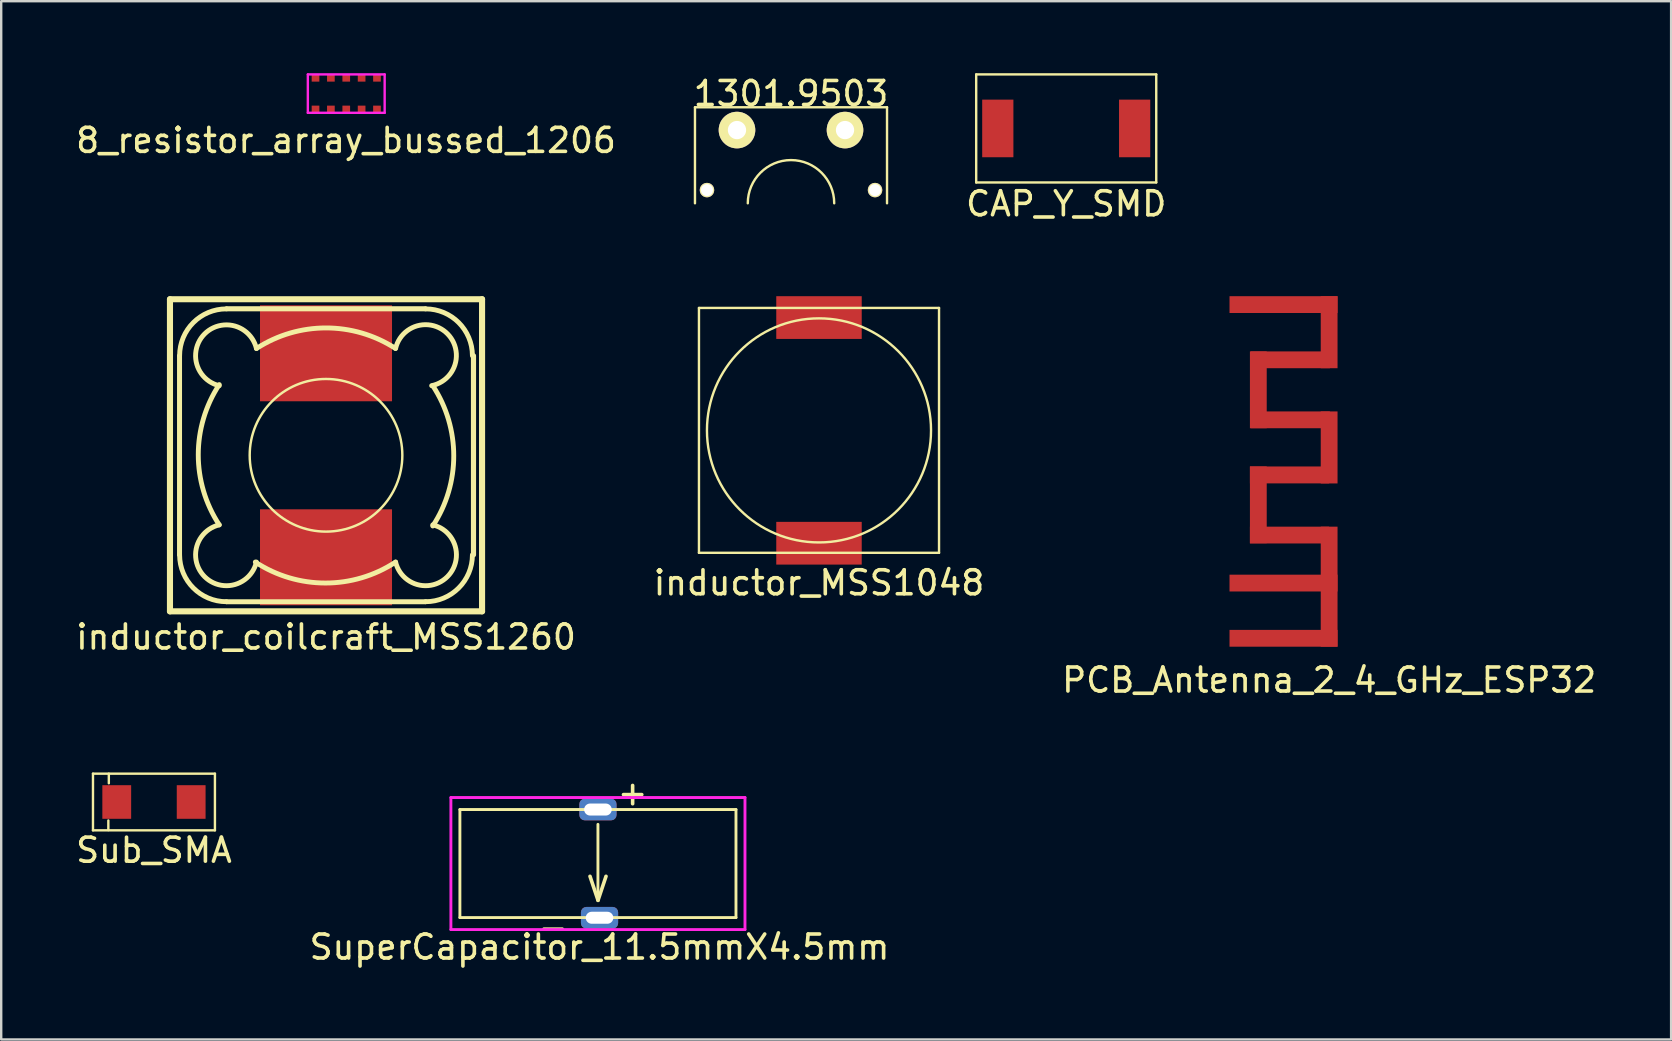
<source format=kicad_pcb>
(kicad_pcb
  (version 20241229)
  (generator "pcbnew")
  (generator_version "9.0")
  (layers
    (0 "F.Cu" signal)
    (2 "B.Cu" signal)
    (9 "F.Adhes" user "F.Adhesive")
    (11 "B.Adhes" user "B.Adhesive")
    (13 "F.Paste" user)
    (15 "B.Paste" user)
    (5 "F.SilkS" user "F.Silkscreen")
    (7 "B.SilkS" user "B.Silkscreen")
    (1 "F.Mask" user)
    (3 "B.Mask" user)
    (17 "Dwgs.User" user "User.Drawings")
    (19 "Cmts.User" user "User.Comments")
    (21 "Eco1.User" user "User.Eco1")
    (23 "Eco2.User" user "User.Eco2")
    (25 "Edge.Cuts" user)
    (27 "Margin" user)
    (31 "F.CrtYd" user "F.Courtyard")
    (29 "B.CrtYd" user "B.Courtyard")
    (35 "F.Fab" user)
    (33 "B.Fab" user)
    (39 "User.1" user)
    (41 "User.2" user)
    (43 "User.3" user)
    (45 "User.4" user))
  (footprint "SuperCapacitor_11.5mmX4.5mm"
    (layer "F.Cu")
    (at 21.857 32.921)
    (property "Reference" "SuperCapacitor_11.5mmX4.5mm" (at 0.066 3.48 0) (layer "F.SilkS") (effects (font (size 1 1) (thickness 0.15))))
    (attr through_hole)
    (fp_line (start -5.75 -2.25) (end 5.75 -2.25) (stroke (width 0.12) (type solid)) (layer "F.SilkS"))
    (fp_line (start -5.75 2.25) (end -5.75 -2.25) (stroke (width 0.12) (type solid)) (layer "F.SilkS"))
    (fp_line (start 0 1.5) (end 0 -1.633) (stroke (width 0.12) (type solid)) (layer "F.SilkS"))
    (fp_line (start 5.75 -2.25) (end 5.75 2.25) (stroke (width 0.12) (type solid)) (layer "F.SilkS"))
    (fp_line (start 5.75 2.25) (end -5.75 2.25) (stroke (width 0.12) (type solid)) (layer "F.SilkS"))
    (fp_line (start -6.125 -2.75) (end 6.125 -2.75) (stroke (width 0.12) (type solid)) (layer "F.CrtYd"))
    (fp_line (start -6.125 2.75) (end -6.125 -2.75) (stroke (width 0.12) (type solid)) (layer "F.CrtYd"))
    (fp_line (start 6.125 -2.75) (end 6.125 2.75) (stroke (width 0.12) (type solid)) (layer "F.CrtYd"))
    (fp_line (start 6.125 2.75) (end -6.125 2.75) (stroke (width 0.12) (type solid)) (layer "F.CrtYd"))
    (fp_text user "+" (at 1.445 -2.946 0) (layer "F.SilkS") (effects (font (size 1 1) (thickness 0.15))))
    (fp_text user "-" (at -1.867 2.657 0) (layer "F.SilkS") (effects (font (size 1 1) (thickness 0.15))))
    (fp_text user "V" (at 0.003 1.077 0) (layer "F.SilkS") (effects (font (size 1 1) (thickness 0.15))))
    (pad "1" thru_hole roundrect (at 0 -2.25) (size 1.55 0.9) (drill oval 1.15 0.5) (layers "*.Cu" "*.Mask") (roundrect_rratio 0.25))
    (pad "2" thru_hole roundrect (at 0.066 2.258) (size 1.55 0.9) (drill oval 1.15 0.5) (layers "*.Cu" "*.Mask") (roundrect_rratio 0.25)))
  (footprint "CAP_Y_SMD"
    (layer "F.Cu")
    (at 41.363 2.3)
    (property "Reference" "CAP_Y_SMD" (at 0 3.14 0) (layer "F.SilkS") (effects (font (size 1 1) (thickness 0.15))))
    (attr through_hole)
    (fp_line (start -3.75 -2.25) (end 3.75 -2.25) (stroke (width 0.1) (type solid)) (layer "F.SilkS"))
    (fp_line (start -3.75 2.25) (end -3.75 -2.25) (stroke (width 0.1) (type solid)) (layer "F.SilkS"))
    (fp_line (start 3.75 -2.25) (end 3.75 2.25) (stroke (width 0.1) (type solid)) (layer "F.SilkS"))
    (fp_line (start 3.75 2.25) (end -3.75 2.25) (stroke (width 0.1) (type solid)) (layer "F.SilkS"))
    (pad "1" smd rect (at -2.85 0) (size 1.3 2.4) (layers "F.Cu" "F.Mask" "F.Paste"))
    (pad "4" smd rect (at 2.85 0) (size 1.3 2.4) (layers "F.Cu" "F.Mask" "F.Paste")))
  (footprint "Sub_SMA"
    (layer "F.Cu")
    (at 3.363 30.357)
    (property "Reference" "Sub_SMA" (at 0 2.01 0) (layer "F.SilkS") (effects (font (size 1 1) (thickness 0.15))))
    (attr through_hole)
    (fp_line (start -2.54 -1.18) (end 2.54 -1.18) (stroke (width 0.1) (type solid)) (layer "F.SilkS"))
    (fp_line (start -2.54 1.18) (end -2.54 -1.18) (stroke (width 0.1) (type solid)) (layer "F.SilkS"))
    (fp_line (start -1.9 0.77) (end -1.9 1.17) (stroke (width 0.1) (type solid)) (layer "F.SilkS"))
    (fp_line (start -1.88 -1.18) (end -1.88 -0.78) (stroke (width 0.1) (type solid)) (layer "F.SilkS"))
    (fp_line (start 2.54 -1.18) (end 2.54 1.18) (stroke (width 0.1) (type solid)) (layer "F.SilkS"))
    (fp_line (start 2.54 1.18) (end -2.54 1.18) (stroke (width 0.1) (type solid)) (layer "F.SilkS"))
    (pad "1" smd rect (at -1.55 0) (size 1.2 1.4) (layers "F.Cu" "F.Mask" "F.Paste"))
    (pad "2" smd rect (at 1.55 0) (size 1.2 1.4) (layers "F.Cu" "F.Mask" "F.Paste")))
  (footprint "inductor_coilcraft_MSS1260"
    (layer "F.Cu")
    (at 10.53 15.915)
    (property "Reference" "inductor_coilcraft_MSS1260" (at 0 7.57 0) (layer "F.SilkS") (effects (font (size 1 1) (thickness 0.15))))
    (attr smd)
    (fp_line (start -6.5 -6.5) (end 6.5 -6.5) (stroke (width 0.254) (type solid)) (layer "F.SilkS"))
    (fp_line (start -6.5 6.5) (end -6.5 -6.5) (stroke (width 0.254) (type solid)) (layer "F.SilkS"))
    (fp_line (start -6.149 4.148) (end -6.149 -4.148) (stroke (width 0.1) (type solid)) (layer "F.SilkS"))
    (fp_line (start -6.099 4.148) (end -6.099 -4.148) (stroke (width 0.203) (type solid)) (layer "F.SilkS"))
    (fp_line (start -4.148 -6.149) (end 4.148 -6.149) (stroke (width 0.1) (type solid)) (layer "F.SilkS"))
    (fp_line (start -4.148 -6.099) (end 4.148 -6.099) (stroke (width 0.203) (type solid)) (layer "F.SilkS"))
    (fp_line (start 4.148 6.099) (end -4.148 6.099) (stroke (width 0.203) (type solid)) (layer "F.SilkS"))
    (fp_line (start 4.148 6.149) (end -4.148 6.149) (stroke (width 0.1) (type solid)) (layer "F.SilkS"))
    (fp_line (start 6.099 -4.148) (end 6.099 4.148) (stroke (width 0.127) (type solid)) (layer "F.SilkS"))
    (fp_line (start 6.149 -4.148) (end 6.149 4.148) (stroke (width 0.203) (type solid)) (layer "F.SilkS"))
    (fp_line (start 6.5 -6.5) (end 6.5 6.5) (stroke (width 0.254) (type solid)) (layer "F.SilkS"))
    (fp_line (start 6.5 6.5) (end -6.5 6.5) (stroke (width 0.254) (type solid)) (layer "F.SilkS"))
    (fp_arc (start -6.09854 -4.14782) (mid -5.527187 -5.527187) (end -4.14782 -6.09854) (stroke (width 0.2032) (type solid)) (layer "F.SilkS"))
    (fp_arc (start -4.44754 -2.89814) (mid -5.056744 -5.056329) (end -2.898277 -4.44811) (stroke (width 0.2032) (type solid)) (layer "F.SilkS"))
    (fp_arc (start -4.44754 2.89814) (mid -5.320982 -0.023268) (end -4.447092 -2.944541) (stroke (width 0.2032) (type solid)) (layer "F.SilkS"))
    (fp_arc (start -4.14782 6.09854) (mid -5.527187 5.527187) (end -6.09854 4.14782) (stroke (width 0.2032) (type solid)) (layer "F.SilkS"))
    (fp_arc (start -2.89814 -4.44754) (mid -0.005129 -5.304772) (end 2.889527 -4.453112) (stroke (width 0.2032) (type solid)) (layer "F.SilkS"))
    (fp_arc (start -2.89814 4.44754) (mid -5.056329 5.056744) (end -4.44811 2.898277) (stroke (width 0.2032) (type solid)) (layer "F.SilkS"))
    (fp_arc (start 2.89814 -4.44754) (mid 5.068176 -5.051562) (end 4.400371 -2.900298) (stroke (width 0.2032) (type solid)) (layer "F.SilkS"))
    (fp_arc (start 2.89814 4.44754) (mid -0.023268 5.320982) (end -2.944541 4.447092) (stroke (width 0.2032) (type solid)) (layer "F.SilkS"))
    (fp_arc (start 4.14782 -6.09854) (mid 5.527187 -5.527187) (end 6.09854 -4.14782) (stroke (width 0.2032) (type solid)) (layer "F.SilkS"))
    (fp_arc (start 4.44754 -2.89814) (mid 5.320982 0.023268) (end 4.447092 2.944541) (stroke (width 0.2032) (type solid)) (layer "F.SilkS"))
    (fp_arc (start 4.44754 2.89814) (mid 5.056744 5.056329) (end 2.898277 4.44811) (stroke (width 0.2032) (type solid)) (layer "F.SilkS"))
    (fp_arc (start 6.09854 4.14782) (mid 5.527187 5.527187) (end 4.14782 6.09854) (stroke (width 0.2032) (type solid)) (layer "F.SilkS"))
    (fp_circle (center 0 0) (end -2.248 2.248) (stroke (width 0.102) (type solid)) (fill no) (layer "F.SilkS"))
    (pad "1" smd rect (at 0 -4.249) (size 5.499 3.998) (layers "F.Cu" "F.Mask" "F.Paste"))
    (pad "2" smd rect (at 0 4.249) (size 5.499 3.998) (layers "F.Cu" "F.Mask" "F.Paste")))
  (footprint "PCB_Antenna_2_4_GHz_ESP32"
    (layer "F.Cu")
    (at 52.315 16.538)
    (property "Reference" "PCB_Antenna_2_4_GHz_ESP32" (at 0 8.74 0) (layer "F.SilkS") (effects (font (size 1 1) (thickness 0.15))))
    (attr through_hole)
    (pad "1" smd rect (at -2.95 -3.35) (size 0.7 3.2) (layers "F.Cu" "F.Paste"))
    (pad "1" smd rect (at -2.95 1.44) (size 0.7 3.2) (layers "F.Cu" "F.Paste"))
    (pad "1" smd rect (at -1.9 -6.9) (size 4.5 0.7) (layers "F.Cu" "F.Paste"))
    (pad "1" smd rect (at -1.9 4.7) (size 4.5 0.7) (layers "F.Cu" "F.Paste"))
    (pad "1" smd rect (at -1.65 0.195) (size 3.3 0.705) (layers "F.Cu" "F.Paste"))
    (pad "1" smd rect (at -1.65 2.7) (size 3.3 0.7) (layers "F.Cu" "F.Paste"))
    (pad "1" smd rect (at -1.62 -4.6) (size 3.3 0.7) (layers "F.Cu" "F.Paste"))
    (pad "1" smd rect (at -1.62 -2.1) (size 3.3 0.7) (layers "F.Cu" "F.Paste"))
    (pad "1" smd rect (at 0 -5.75) (size 0.7 3) (layers "F.Cu" "F.Paste"))
    (pad "1" smd rect (at 0 -0.95) (size 0.7 3) (layers "F.Cu" "F.Paste"))
    (pad "1" smd rect (at 0 4.85) (size 0.7 5) (layers "F.Cu" "F.Paste"))
    (pad "2" smd rect (at -1.9 7) (size 4.5 0.7) (layers "F.Cu" "F.Paste")))
  (footprint "inductor_MSS1048"
    (layer "F.Cu")
    (at 31.065 14.878)
    (property "Reference" "inductor_MSS1048" (at 0 6.35 0) (layer "F.SilkS") (effects (font (size 1 1) (thickness 0.15))))
    (attr through_hole)
    (fp_line (start -5 -5.1) (end 5 -5.1) (stroke (width 0.1) (type solid)) (layer "F.SilkS"))
    (fp_line (start -5 5.1) (end -5 -5.1) (stroke (width 0.1) (type solid)) (layer "F.SilkS"))
    (fp_line (start 5 -5.1) (end 5 5.1) (stroke (width 0.1) (type solid)) (layer "F.SilkS"))
    (fp_line (start 5 5.1) (end -5 5.1) (stroke (width 0.1) (type solid)) (layer "F.SilkS"))
    (fp_circle (center 0 0) (end 3.3 -3.3) (stroke (width 0.1) (type solid)) (fill no) (layer "F.SilkS"))
    (pad "1" smd rect (at 0 -4.7) (size 3.56 1.78) (layers "F.Cu" "F.Mask" "F.Paste"))
    (pad "2" smd rect (at 0 4.7) (size 3.56 1.78) (layers "F.Cu" "F.Mask" "F.Paste")))
  (footprint "1301.9503"
    (layer "F.Cu")
    (at 29.899 3.618)
    (property "Reference" "1301.9503" (at 0 -2.77 0) (layer "F.SilkS") (effects (font (size 1 1) (thickness 0.15))))
    (attr through_hole)
    (fp_line (start -4 -2.2) (end 4 -2.2) (stroke (width 0.1) (type solid)) (layer "F.SilkS"))
    (fp_line (start -4 1.8) (end -4 -2.2) (stroke (width 0.1) (type solid)) (layer "F.SilkS"))
    (fp_line (start 4 -2.2) (end 4 1.8) (stroke (width 0.1) (type solid)) (layer "F.SilkS"))
    (fp_arc (start -1.8 1.8) (mid 0 0) (end 1.8 1.8) (stroke (width 0.1) (type solid)) (layer "F.SilkS"))
    (pad "1" thru_hole circle (at -2.25 -1.25) (size 1.524 1.524) (drill 0.762) (layers "*.Cu" "*.Mask" "F.SilkS"))
    (pad "2" thru_hole circle (at 2.25 -1.25) (size 1.524 1.524) (drill 0.762) (layers "*.Cu" "*.Mask" "F.SilkS"))
    (pad "3" thru_hole circle (at -3.5 1.25) (size 0.6 0.6) (drill 0.5) (layers "*.Cu" "*.Mask" "F.SilkS"))
    (pad "4" thru_hole circle (at 3.5 1.25) (size 0.6 0.6) (drill 0.5) (layers "*.Cu" "*.Mask" "F.SilkS")))
  (footprint "8_resistor_array_bussed_1206"
    (layer "F.Cu")
    (at 11.373 0.85)
    (property "Reference" "8_resistor_array_bussed_1206" (at -0.01 1.95 0) (layer "F.SilkS") (effects (font (size 1 1) (thickness 0.15))))
    (attr through_hole)
    (fp_line (start -1.6 -0.8) (end 1.6 -0.8) (stroke (width 0.1) (type solid)) (layer "F.CrtYd"))
    (fp_line (start -1.6 0.8) (end -1.6 -0.8) (stroke (width 0.1) (type solid)) (layer "F.CrtYd"))
    (fp_line (start 1.6 -0.8) (end 1.6 0.8) (stroke (width 0.1) (type solid)) (layer "F.CrtYd"))
    (fp_line (start 1.6 0.8) (end -1.6 0.8) (stroke (width 0.1) (type solid)) (layer "F.CrtYd"))
    (pad "1" smd rect (at -1.28 -0.65) (size 0.32 0.3) (layers "F.Cu" "F.Mask" "F.Paste"))
    (pad "1" smd rect (at 1.28 0.65) (size 0.32 0.3) (layers "F.Cu" "F.Mask" "F.Paste"))
    (pad "2" smd rect (at -0.64 -0.65) (size 0.32 0.3) (layers "F.Cu" "F.Mask" "F.Paste"))
    (pad "3" smd rect (at 0 -0.65) (size 0.32 0.3) (layers "F.Cu" "F.Mask" "F.Paste"))
    (pad "4" smd rect (at 0.64 -0.65) (size 0.32 0.3) (layers "F.Cu" "F.Mask" "F.Paste"))
    (pad "5" smd rect (at 1.28 -0.65) (size 0.32 0.3) (layers "F.Cu" "F.Mask" "F.Paste"))
    (pad "6" smd rect (at -1.28 0.65) (size 0.32 0.3) (layers "F.Cu" "F.Mask" "F.Paste"))
    (pad "7" smd rect (at -0.64 0.65) (size 0.32 0.3) (layers "F.Cu" "F.Mask" "F.Paste"))
    (pad "8" smd rect (at 0 0.65) (size 0.32 0.3) (layers "F.Cu" "F.Mask" "F.Paste"))
    (pad "9" smd rect (at 0.64 0.65) (size 0.32 0.3) (layers "F.Cu" "F.Mask" "F.Paste")))
  (gr_rect
    (start -3 -3)
    (end 66.56 40.249)
    (stroke (width 0.1) (type default))
    (fill no)
    (layer "Edge.Cuts")))
</source>
